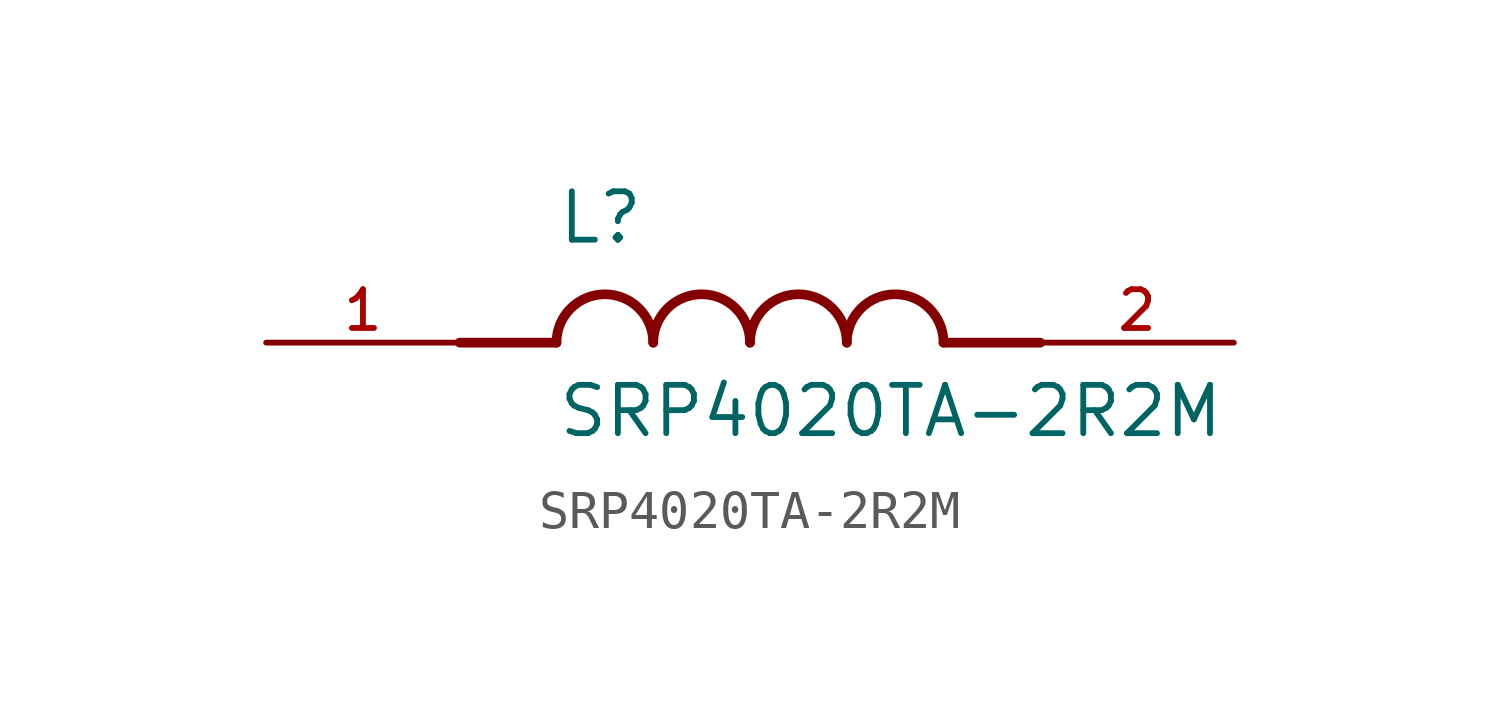
<source format=kicad_sym>
(kicad_symbol_lib
  (version 20211014)
  (generator kicad_symbol_editor)
  (symbol "SRP4020TA-2R2M"
    (pin_names
      (offset 1.016))
    (property "Reference" "L"
      (at -5.08 2.54 0)
      (effects (font (size 1.27 1.27)) (justify bottom left)))
    (property "Value" "SRP4020TA-2R2M"
      (at -5.08 -2.54 0)
      (effects (font (size 1.27 1.27)) (justify bottom left)))
    (symbol "SRP4020TA-2R2M_0_0"
      (polyline (pts (xy -5.08 0.0) (xy -7.62 0.0)) (stroke (width 0.254)))
      (polyline (pts (xy 5.08 0.0) (xy 7.62 0.0)) (stroke (width 0.254)))
      (arc (start -2.54 0.0) (mid -3.81 1.27) (end -5.08 0.0) (stroke (width 0.254) (type default) (color 0 0 0 0)) (fill (type none)))
      (arc (start 0.0 0.0) (mid -1.27 1.27) (end -2.54 0.0) (stroke (width 0.254) (type default) (color 0 0 0 0)) (fill (type none)))
      (arc (start 2.54 0.0) (mid 1.27 1.27) (end 0.0 0.0) (stroke (width 0.254) (type default) (color 0 0 0 0)) (fill (type none)))
      (arc (start 5.08 0.0) (mid 3.81 1.27) (end 2.54 0.0) (stroke (width 0.254) (type default) (color 0 0 0 0)) (fill (type none)))
      (pin passive line (at -12.7 0.0 0) (length 5.08) (name "~" (effects (font (size 1.016 1.016)))) (number "1" (effects (font (size 1.016 1.016)))))
      (pin passive line (at 12.7 0.0 180.0) (length 5.08) (name "~" (effects (font (size 1.016 1.016)))) (number "2" (effects (font (size 1.016 1.016))))))))
</source>
